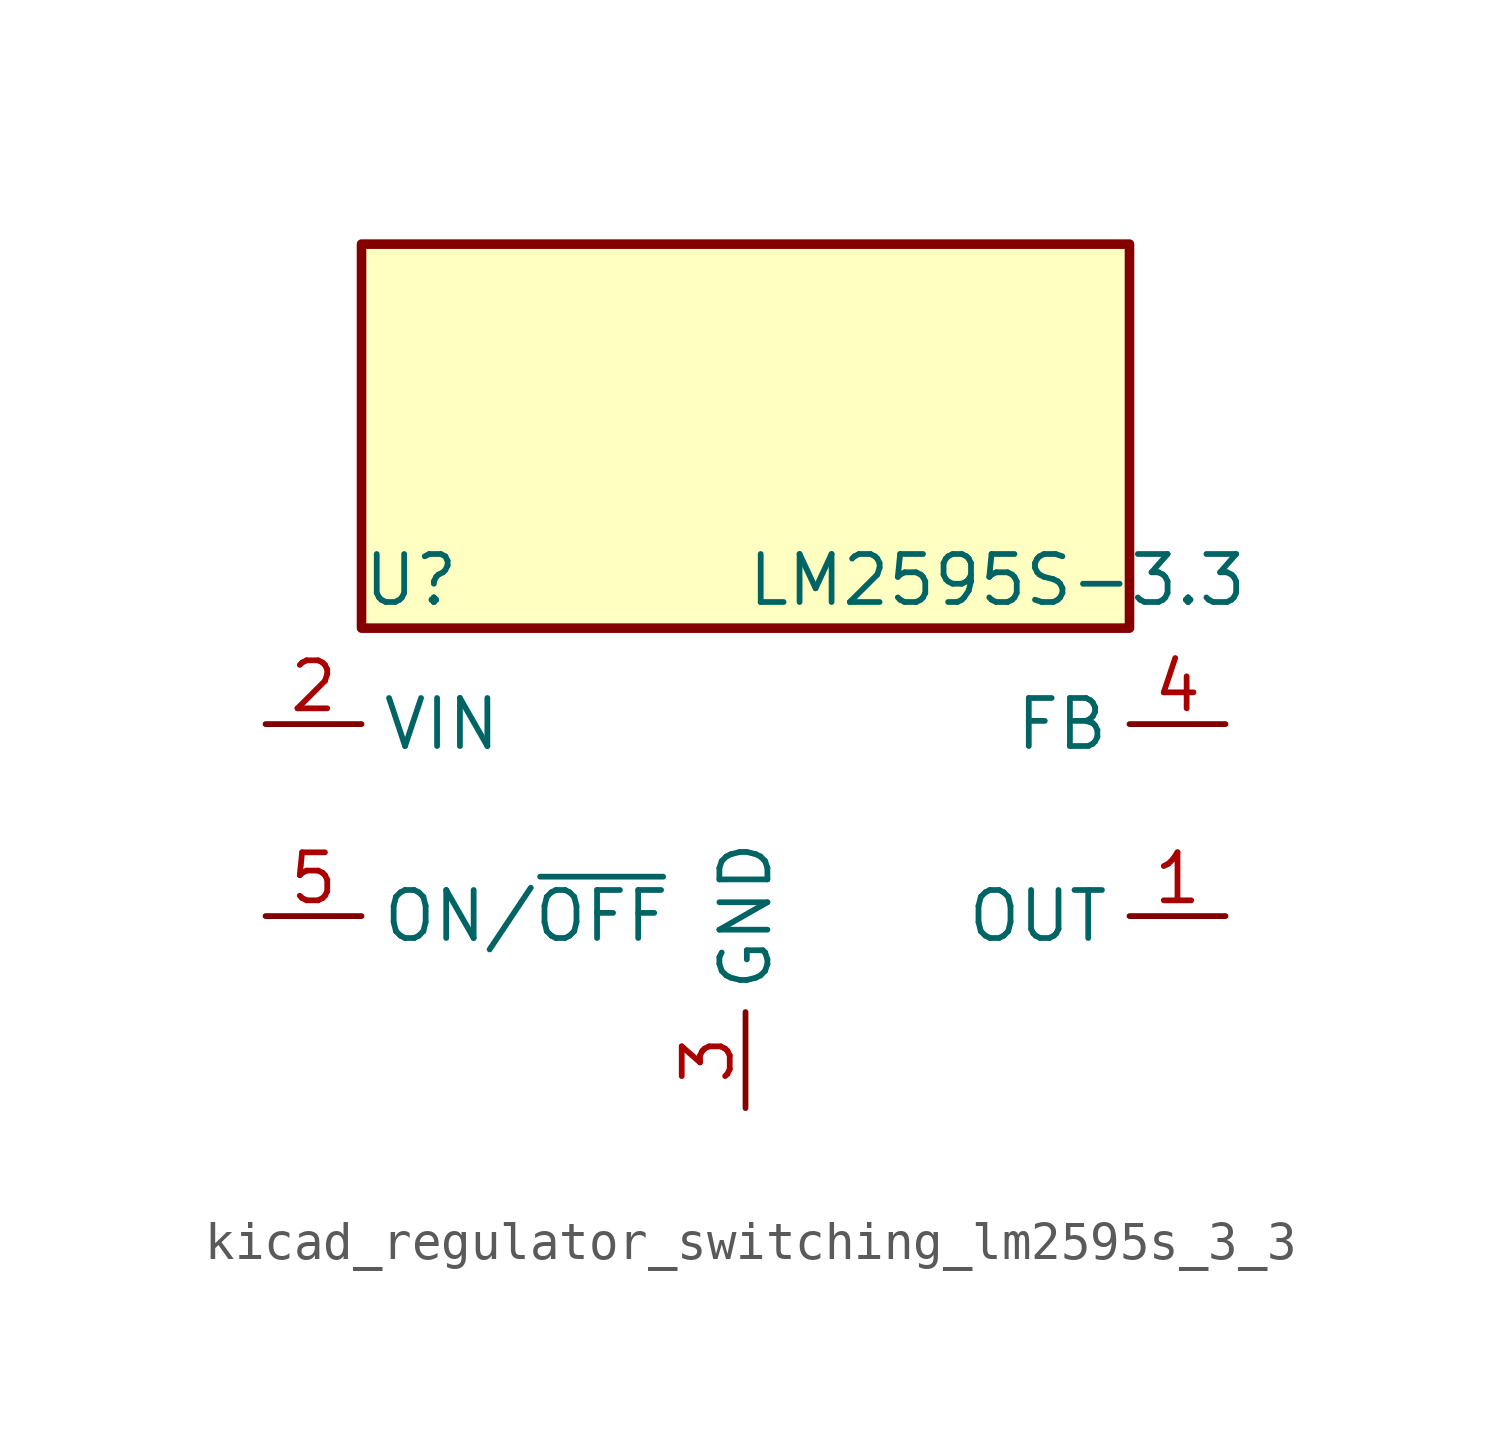
<source format=kicad_sym>
(kicad_symbol_lib
  (version 20220914)
  (generator kicad_symbol_editor)
  (symbol "kicad_regulator_switching_lm2595s_3_3"
    (property "Reference" "U"
      (at -10.16 6.35 0)
      (effects (font (size 1.27 1.27)) (justify left)))
    (property "Value" "LM2595S-3.3"
      (at 0 6.35 0)
      (effects (font (size 1.27 1.27)) (justify left)))
    (symbol "kicad_regulator_switching_lm2595s_3_3_0_1"
      (rectangle (start 10.16 15.24) (end -10.16 5.08) (stroke (width 0.254) (type default)) (fill (type background))))
    (symbol "kicad_regulator_switching_lm2595s_3_3_1_1"
      (pin output line (at 12.7 -2.54 180) (length 2.54) (name "OUT" (effects (font (size 1.27 1.27)))) (number "1" (effects (font (size 1.27 1.27)))))
      (pin power_in line (at -12.7 2.54 0) (length 2.54) (name "VIN" (effects (font (size 1.27 1.27)))) (number "2" (effects (font (size 1.27 1.27)))))
      (pin power_in line (at 0 -7.62 90) (length 2.54) (name "GND" (effects (font (size 1.27 1.27)))) (number "3" (effects (font (size 1.27 1.27)))))
      (pin input line (at 12.7 2.54 180) (length 2.54) (name "FB" (effects (font (size 1.27 1.27)))) (number "4" (effects (font (size 1.27 1.27)))))
      (pin input line (at -12.7 -2.54 0) (length 2.54) (name "ON/~{OFF}" (effects (font (size 1.27 1.27)))) (number "5" (effects (font (size 1.27 1.27))))))))
</source>
